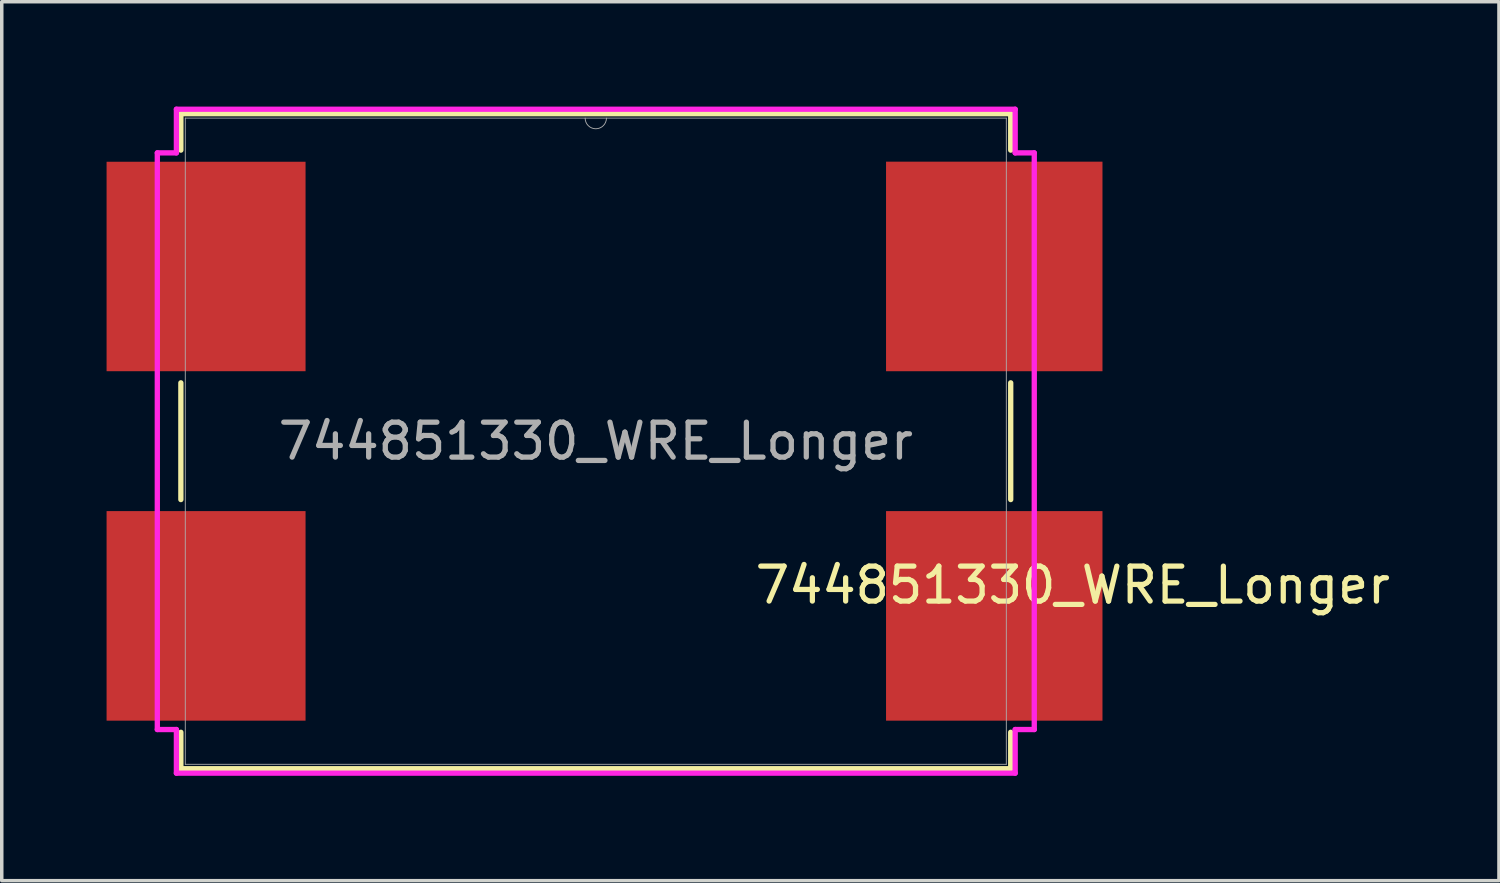
<source format=kicad_pcb>
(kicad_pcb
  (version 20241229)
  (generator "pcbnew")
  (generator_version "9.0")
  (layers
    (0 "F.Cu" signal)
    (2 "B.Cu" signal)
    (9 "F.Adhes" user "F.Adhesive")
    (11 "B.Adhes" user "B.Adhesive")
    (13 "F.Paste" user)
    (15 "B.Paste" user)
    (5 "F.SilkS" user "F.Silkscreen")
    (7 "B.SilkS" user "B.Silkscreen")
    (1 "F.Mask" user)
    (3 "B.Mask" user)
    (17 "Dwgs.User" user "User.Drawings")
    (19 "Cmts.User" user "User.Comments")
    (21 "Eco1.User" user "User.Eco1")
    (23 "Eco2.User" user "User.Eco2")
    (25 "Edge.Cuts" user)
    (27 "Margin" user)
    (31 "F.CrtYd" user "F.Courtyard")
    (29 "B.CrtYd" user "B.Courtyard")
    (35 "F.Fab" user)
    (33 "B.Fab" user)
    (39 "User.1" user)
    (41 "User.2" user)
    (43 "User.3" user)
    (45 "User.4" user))
  (footprint "744851330_WRE_Longer"
    (layer "F.Cu")
    (at 14 9.576)
    (property "Reference" "744851330_WRE_Longer" (at 13.65 4.12 0) (unlocked yes) (layer "F.SilkS") (effects (font (size 1 1) (thickness 0.15))))
    (attr smd)
    (fp_line (start -11.874 -9.373) (end -11.874 -8.33) (stroke (width 0.152) (type solid)) (layer "F.SilkS"))
    (fp_line (start -11.874 -1.67) (end -11.874 1.67) (stroke (width 0.152) (type solid)) (layer "F.SilkS"))
    (fp_line (start -11.874 8.33) (end -11.874 9.373) (stroke (width 0.152) (type solid)) (layer "F.SilkS"))
    (fp_line (start -11.874 9.373) (end 11.874 9.373) (stroke (width 0.152) (type solid)) (layer "F.SilkS"))
    (fp_line (start 11.874 -9.373) (end -11.874 -9.373) (stroke (width 0.152) (type solid)) (layer "F.SilkS"))
    (fp_line (start 11.874 -8.33) (end 11.874 -9.373) (stroke (width 0.152) (type solid)) (layer "F.SilkS"))
    (fp_line (start 11.874 1.67) (end 11.874 -1.67) (stroke (width 0.152) (type solid)) (layer "F.SilkS"))
    (fp_line (start 11.874 9.373) (end 11.874 8.33) (stroke (width 0.152) (type solid)) (layer "F.SilkS"))
    (fp_line (start -12.548 -8.251) (end -12.002 -8.251) (stroke (width 0.152) (type solid)) (layer "F.CrtYd"))
    (fp_line (start -12.548 8.251) (end -12.548 -8.251) (stroke (width 0.152) (type solid)) (layer "F.CrtYd"))
    (fp_line (start -12.548 8.251) (end -12.002 8.251) (stroke (width 0.152) (type solid)) (layer "F.CrtYd"))
    (fp_line (start -12.002 -9.5) (end 12.002 -9.5) (stroke (width 0.152) (type solid)) (layer "F.CrtYd"))
    (fp_line (start -12.002 -8.251) (end -12.002 -9.5) (stroke (width 0.152) (type solid)) (layer "F.CrtYd"))
    (fp_line (start -12.002 9.5) (end -12.002 8.251) (stroke (width 0.152) (type solid)) (layer "F.CrtYd"))
    (fp_line (start 12.002 -9.5) (end 12.002 -8.251) (stroke (width 0.152) (type solid)) (layer "F.CrtYd"))
    (fp_line (start 12.002 8.251) (end 12.002 9.5) (stroke (width 0.152) (type solid)) (layer "F.CrtYd"))
    (fp_line (start 12.002 9.5) (end -12.002 9.5) (stroke (width 0.152) (type solid)) (layer "F.CrtYd"))
    (fp_line (start 12.548 -8.251) (end 12.002 -8.251) (stroke (width 0.152) (type solid)) (layer "F.CrtYd"))
    (fp_line (start 12.548 -8.251) (end 12.548 8.251) (stroke (width 0.152) (type solid)) (layer "F.CrtYd"))
    (fp_line (start 12.548 8.251) (end 12.002 8.251) (stroke (width 0.152) (type solid)) (layer "F.CrtYd"))
    (fp_line (start -11.748 -9.246) (end -11.748 9.246) (stroke (width 0.025) (type solid)) (layer "F.Fab"))
    (fp_line (start -11.748 9.246) (end 11.748 9.246) (stroke (width 0.025) (type solid)) (layer "F.Fab"))
    (fp_line (start 11.748 -9.246) (end -11.748 -9.246) (stroke (width 0.025) (type solid)) (layer "F.Fab"))
    (fp_line (start 11.748 9.246) (end 11.748 -9.246) (stroke (width 0.025) (type solid)) (layer "F.Fab"))
    (fp_arc (start 0.3048 -9.2456) (mid 0 -8.9408) (end -0.3048 -9.2456) (stroke (width 0.0254) (type solid)) (layer "F.Fab"))
    (fp_text user "${REFERENCE}" (at 0 0 0) (unlocked yes) (layer "F.Fab") (effects (font (size 1 1) (thickness 0.15))))
    (pad "1" smd rect (at -11.153 4.999) (size 5.694 5.997) (layers "F.Cu" "F.Mask" "F.Paste"))
    (pad "2" smd rect (at -11.153 -5) (size 5.694 5.994) (layers "F.Cu" "F.Mask" "F.Paste"))
    (pad "3" smd rect (at 11.403 -5.001) (size 6.194 5.997) (layers "F.Cu" "F.Mask" "F.Paste"))
    (pad "4" smd rect (at 11.403 4.999) (size 6.194 5.997) (layers "F.Cu" "F.Mask" "F.Paste")))
  (gr_rect
    (start -3 -3)
    (end 39.846 22.152)
    (stroke (width 0.1) (type default))
    (fill no)
    (layer "Edge.Cuts")))
</source>
